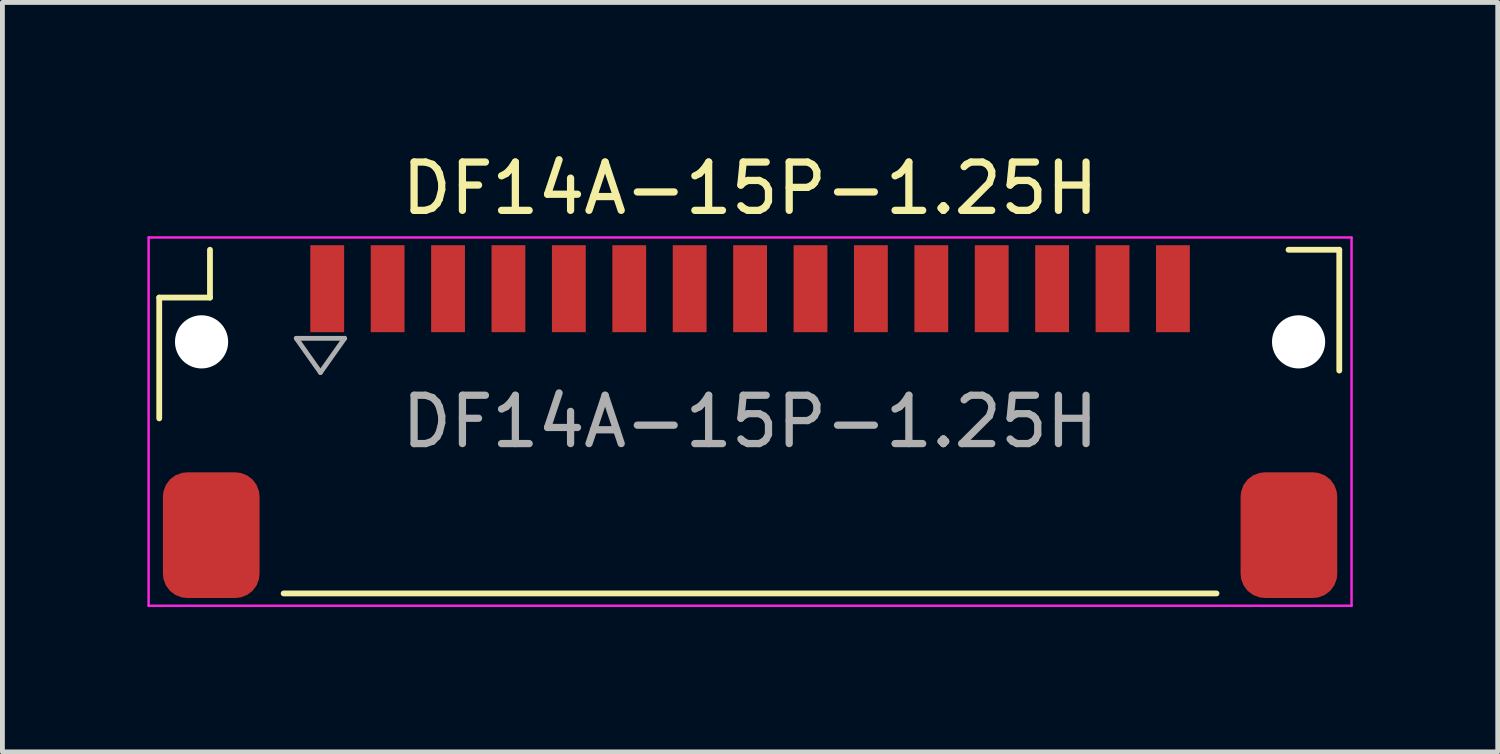
<source format=kicad_pcb>
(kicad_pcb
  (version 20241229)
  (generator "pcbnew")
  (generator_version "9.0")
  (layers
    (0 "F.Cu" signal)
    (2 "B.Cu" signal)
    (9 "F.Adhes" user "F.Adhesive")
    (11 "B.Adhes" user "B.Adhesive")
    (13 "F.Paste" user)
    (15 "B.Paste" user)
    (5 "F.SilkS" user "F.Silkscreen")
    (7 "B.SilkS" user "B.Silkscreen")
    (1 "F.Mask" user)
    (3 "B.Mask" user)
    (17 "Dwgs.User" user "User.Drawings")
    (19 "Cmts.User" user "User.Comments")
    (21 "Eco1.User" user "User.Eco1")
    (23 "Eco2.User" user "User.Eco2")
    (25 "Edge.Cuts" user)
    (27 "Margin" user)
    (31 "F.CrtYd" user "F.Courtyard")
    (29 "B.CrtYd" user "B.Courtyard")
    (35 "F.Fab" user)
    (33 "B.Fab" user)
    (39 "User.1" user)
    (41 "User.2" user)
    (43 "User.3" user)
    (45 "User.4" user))
  (footprint "DF14A-15P-1.25H"
    (layer "F.Cu")
    (at 12.471 5.674)
    (property "Reference" "DF14A-15P-1.25H" (at 0 -4.826 0) (layer "F.SilkS") (effects (font (size 1 1) (thickness 0.15))))
    (attr smd)
    (fp_line (start -12.226 -2.566) (end -11.176 -2.566) (stroke (width 0.12) (type solid)) (layer "F.SilkS"))
    (fp_line (start -12.226 -0.066) (end -12.226 -2.566) (stroke (width 0.12) (type solid)) (layer "F.SilkS"))
    (fp_line (start -11.176 -2.566) (end -11.176 -3.556) (stroke (width 0.12) (type solid)) (layer "F.SilkS"))
    (fp_line (start -9.652 3.556) (end 9.652 3.556) (stroke (width 0.12) (type solid)) (layer "F.SilkS"))
    (fp_line (start 12.192 -3.556) (end 11.142 -3.556) (stroke (width 0.12) (type solid)) (layer "F.SilkS"))
    (fp_line (start 12.192 -1.056) (end 12.192 -3.556) (stroke (width 0.12) (type solid)) (layer "F.SilkS"))
    (fp_line (start -12.446 -3.81) (end -12.446 3.81) (stroke (width 0.05) (type solid)) (layer "F.CrtYd"))
    (fp_line (start -12.446 3.81) (end 12.446 3.81) (stroke (width 0.05) (type solid)) (layer "F.CrtYd"))
    (fp_line (start 12.446 -3.81) (end -12.446 -3.81) (stroke (width 0.05) (type solid)) (layer "F.CrtYd"))
    (fp_line (start 12.446 3.81) (end 12.446 -3.81) (stroke (width 0.05) (type solid)) (layer "F.CrtYd"))
    (fp_line (start -9.39 -1.723) (end -8.89 -1.016) (stroke (width 0.1) (type solid)) (layer "F.Fab"))
    (fp_line (start -9.39 -1.723) (end -8.39 -1.723) (stroke (width 0.1) (type solid)) (layer "F.Fab"))
    (fp_line (start -8.89 -1.016) (end -8.39 -1.723) (stroke (width 0.1) (type solid)) (layer "F.Fab"))
    (fp_text user "${REFERENCE}" (at 0 0 0) (layer "F.Fab") (effects (font (size 1 1) (thickness 0.15))))
    (pad "" np_thru_hole circle (at -11.35 -1.65 180) (size 1.1 1.1) (drill 1.1) (layers "*.Cu" "*.Mask"))
    (pad "" np_thru_hole circle (at 11.35 -1.65 180) (size 1.1 1.1) (drill 1.1) (layers "*.Cu" "*.Mask"))
    (pad "1" smd rect (at -8.75 -2.75 180) (size 0.7 1.8) (layers "F.Cu" "F.Mask" "F.Paste"))
    (pad "2" smd rect (at -7.5 -2.75 180) (size 0.7 1.8) (layers "F.Cu" "F.Mask" "F.Paste"))
    (pad "3" smd rect (at -6.25 -2.75 180) (size 0.7 1.8) (layers "F.Cu" "F.Mask" "F.Paste"))
    (pad "4" smd rect (at -5 -2.75 180) (size 0.7 1.8) (layers "F.Cu" "F.Mask" "F.Paste"))
    (pad "5" smd rect (at -3.75 -2.75 180) (size 0.7 1.8) (layers "F.Cu" "F.Mask" "F.Paste"))
    (pad "6" smd rect (at -2.5 -2.75 180) (size 0.7 1.8) (layers "F.Cu" "F.Mask" "F.Paste"))
    (pad "7" smd rect (at -1.25 -2.75 180) (size 0.7 1.8) (layers "F.Cu" "F.Mask" "F.Paste"))
    (pad "8" smd rect (at 0 -2.75 180) (size 0.7 1.8) (layers "F.Cu" "F.Mask" "F.Paste"))
    (pad "9" smd rect (at 1.25 -2.75 180) (size 0.7 1.8) (layers "F.Cu" "F.Mask" "F.Paste"))
    (pad "10" smd rect (at 2.5 -2.75 180) (size 0.7 1.8) (layers "F.Cu" "F.Mask" "F.Paste"))
    (pad "11" smd rect (at 3.75 -2.75 180) (size 0.7 1.8) (layers "F.Cu" "F.Mask" "F.Paste"))
    (pad "12" smd rect (at 5 -2.75 180) (size 0.7 1.8) (layers "F.Cu" "F.Mask" "F.Paste"))
    (pad "13" smd rect (at 6.25 -2.75 180) (size 0.7 1.8) (layers "F.Cu" "F.Mask" "F.Paste"))
    (pad "14" smd rect (at 7.5 -2.75 180) (size 0.7 1.8) (layers "F.Cu" "F.Mask" "F.Paste"))
    (pad "15" smd rect (at 8.75 -2.75 180) (size 0.7 1.8) (layers "F.Cu" "F.Mask" "F.Paste"))
    (pad "MP" smd roundrect (at -11.15 2.35 180) (size 2 2.6) (layers "F.Cu" "F.Mask" "F.Paste") (roundrect_rratio 0.25))
    (pad "MP" smd roundrect (at 11.15 2.35 180) (size 2 2.6) (layers "F.Cu" "F.Mask" "F.Paste") (roundrect_rratio 0.25)))
  (gr_rect
    (start -3 -3)
    (end 27.942 12.509)
    (stroke (width 0.1) (type default))
    (fill no)
    (layer "Edge.Cuts")))
</source>
